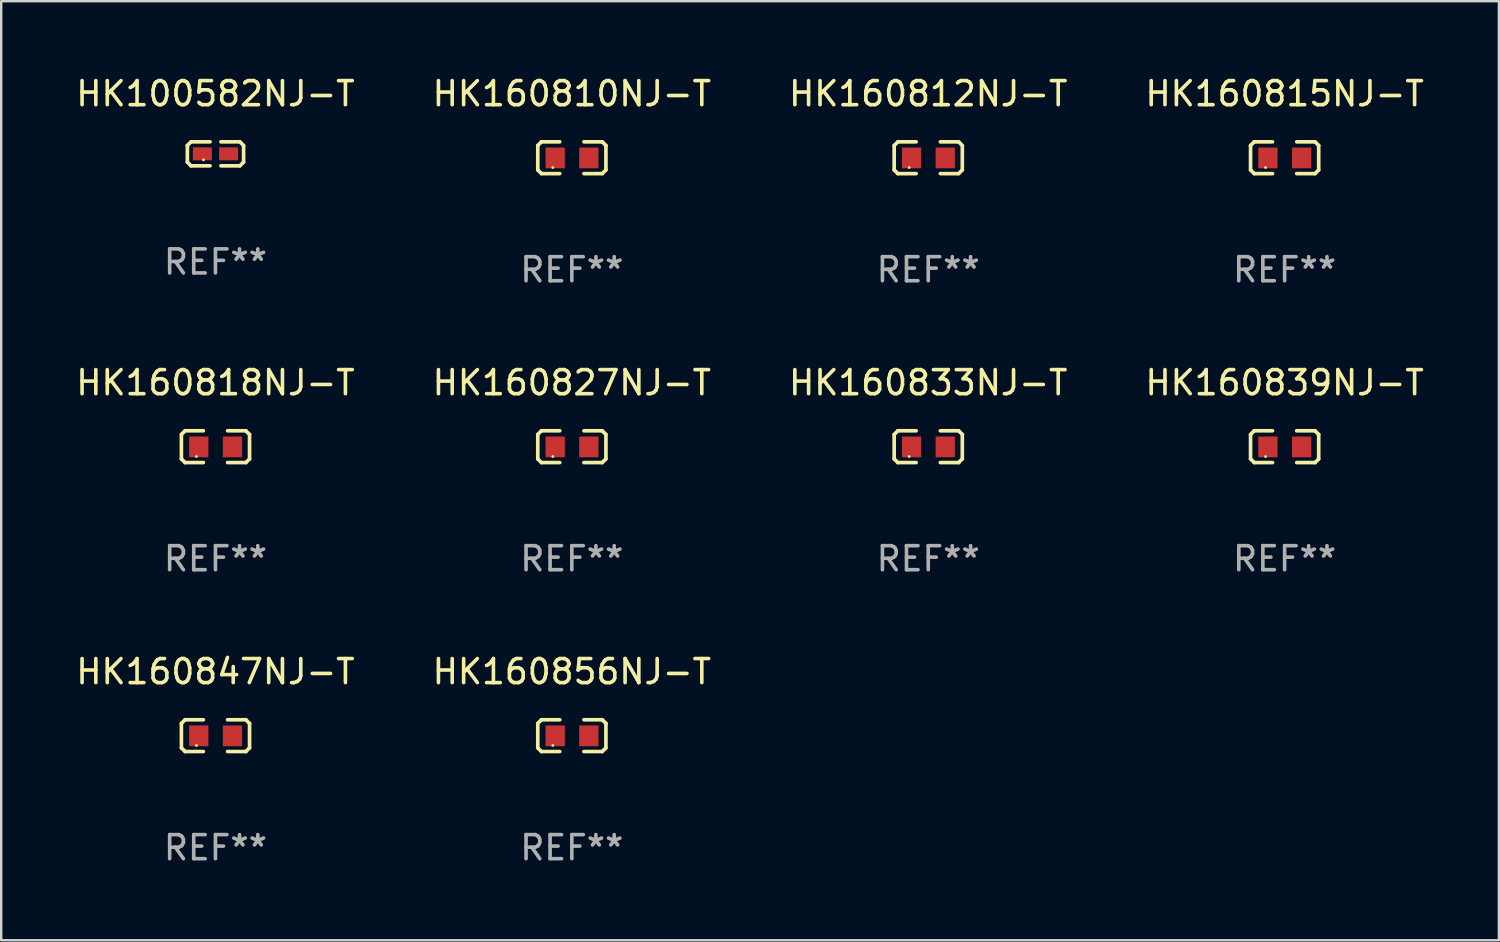
<source format=kicad_pcb>
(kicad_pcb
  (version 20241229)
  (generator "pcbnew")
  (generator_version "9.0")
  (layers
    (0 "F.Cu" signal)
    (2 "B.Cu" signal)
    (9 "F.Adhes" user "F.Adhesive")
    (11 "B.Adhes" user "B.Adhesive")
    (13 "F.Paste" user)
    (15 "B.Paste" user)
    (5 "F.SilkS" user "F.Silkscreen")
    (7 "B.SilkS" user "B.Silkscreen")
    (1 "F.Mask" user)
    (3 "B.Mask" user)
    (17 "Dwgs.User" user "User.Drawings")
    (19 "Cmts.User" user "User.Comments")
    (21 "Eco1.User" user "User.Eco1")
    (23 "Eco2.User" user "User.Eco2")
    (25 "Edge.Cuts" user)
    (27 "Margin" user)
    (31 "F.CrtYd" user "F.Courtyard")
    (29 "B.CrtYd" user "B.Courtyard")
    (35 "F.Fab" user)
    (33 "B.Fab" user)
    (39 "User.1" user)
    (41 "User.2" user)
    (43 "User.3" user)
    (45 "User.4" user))
  (footprint "HK160818NJ-T"
    (layer "F.Cu")
    (at 5.911 15.527)
    (property "Reference" "HK160818NJ-T" (at 0 -2.661 0) (layer "F.SilkS") (effects (font (size 1 1) (thickness 0.15))))
    (attr through_hole)
    (fp_line (start -1.417 -0.508) (end -1.265 -0.661) (stroke (width 0.152) (type solid)) (layer "F.SilkS"))
    (fp_line (start -1.417 0.508) (end -1.417 -0.508) (stroke (width 0.152) (type solid)) (layer "F.SilkS"))
    (fp_line (start -1.265 -0.661) (end -0.503 -0.661) (stroke (width 0.152) (type solid)) (layer "F.SilkS"))
    (fp_line (start -1.265 0.661) (end -1.417 0.508) (stroke (width 0.152) (type solid)) (layer "F.SilkS"))
    (fp_line (start -1.265 0.661) (end -0.503 0.661) (stroke (width 0.152) (type solid)) (layer "F.SilkS"))
    (fp_line (start 1.265 -0.661) (end 0.503 -0.661) (stroke (width 0.152) (type solid)) (layer "F.SilkS"))
    (fp_line (start 1.265 -0.661) (end 1.417 -0.508) (stroke (width 0.152) (type solid)) (layer "F.SilkS"))
    (fp_line (start 1.265 0.661) (end 0.503 0.661) (stroke (width 0.152) (type solid)) (layer "F.SilkS"))
    (fp_line (start 1.417 -0.508) (end 1.417 0.508) (stroke (width 0.152) (type solid)) (layer "F.SilkS"))
    (fp_line (start 1.417 0.508) (end 1.265 0.661) (stroke (width 0.152) (type solid)) (layer "F.SilkS"))
    (fp_circle (center -0.793 0.409) (end -0.763 0.409) (stroke (width 0.06) (type solid)) (fill no) (layer "F.SilkS"))
    (fp_text user "REF**" (at 0 4.661 0) (layer "F.Fab") (effects (font (size 1 1) (thickness 0.15))))
    (pad "1" smd rect (at -0.693 0.009 180) (size 0.8 0.864) (layers "F.Cu" "F.Mask" "F.Paste"))
    (pad "2" smd rect (at 0.707 0.009 180) (size 0.8 0.864) (layers "F.Cu" "F.Mask" "F.Paste")))
  (footprint "HK160827NJ-T"
    (layer "F.Cu")
    (at 20.732 15.527)
    (property "Reference" "HK160827NJ-T" (at 0 -2.661 0) (layer "F.SilkS") (effects (font (size 1 1) (thickness 0.15))))
    (attr through_hole)
    (fp_line (start -1.417 -0.508) (end -1.265 -0.661) (stroke (width 0.152) (type solid)) (layer "F.SilkS"))
    (fp_line (start -1.417 0.508) (end -1.417 -0.508) (stroke (width 0.152) (type solid)) (layer "F.SilkS"))
    (fp_line (start -1.265 -0.661) (end -0.503 -0.661) (stroke (width 0.152) (type solid)) (layer "F.SilkS"))
    (fp_line (start -1.265 0.661) (end -1.417 0.508) (stroke (width 0.152) (type solid)) (layer "F.SilkS"))
    (fp_line (start -1.265 0.661) (end -0.503 0.661) (stroke (width 0.152) (type solid)) (layer "F.SilkS"))
    (fp_line (start 1.265 -0.661) (end 0.503 -0.661) (stroke (width 0.152) (type solid)) (layer "F.SilkS"))
    (fp_line (start 1.265 -0.661) (end 1.417 -0.508) (stroke (width 0.152) (type solid)) (layer "F.SilkS"))
    (fp_line (start 1.265 0.661) (end 0.503 0.661) (stroke (width 0.152) (type solid)) (layer "F.SilkS"))
    (fp_line (start 1.417 -0.508) (end 1.417 0.508) (stroke (width 0.152) (type solid)) (layer "F.SilkS"))
    (fp_line (start 1.417 0.508) (end 1.265 0.661) (stroke (width 0.152) (type solid)) (layer "F.SilkS"))
    (fp_circle (center -0.793 0.409) (end -0.763 0.409) (stroke (width 0.06) (type solid)) (fill no) (layer "F.SilkS"))
    (fp_text user "REF**" (at 0 4.661 0) (layer "F.Fab") (effects (font (size 1 1) (thickness 0.15))))
    (pad "1" smd rect (at -0.693 0.009 180) (size 0.8 0.864) (layers "F.Cu" "F.Mask" "F.Paste"))
    (pad "2" smd rect (at 0.707 0.009 180) (size 0.8 0.864) (layers "F.Cu" "F.Mask" "F.Paste")))
  (footprint "HK160839NJ-T"
    (layer "F.Cu")
    (at 50.375 15.527)
    (property "Reference" "HK160839NJ-T" (at 0 -2.661 0) (layer "F.SilkS") (effects (font (size 1 1) (thickness 0.15))))
    (attr through_hole)
    (fp_line (start -1.417 -0.508) (end -1.265 -0.661) (stroke (width 0.152) (type solid)) (layer "F.SilkS"))
    (fp_line (start -1.417 0.508) (end -1.417 -0.508) (stroke (width 0.152) (type solid)) (layer "F.SilkS"))
    (fp_line (start -1.265 -0.661) (end -0.503 -0.661) (stroke (width 0.152) (type solid)) (layer "F.SilkS"))
    (fp_line (start -1.265 0.661) (end -1.417 0.508) (stroke (width 0.152) (type solid)) (layer "F.SilkS"))
    (fp_line (start -1.265 0.661) (end -0.503 0.661) (stroke (width 0.152) (type solid)) (layer "F.SilkS"))
    (fp_line (start 1.265 -0.661) (end 0.503 -0.661) (stroke (width 0.152) (type solid)) (layer "F.SilkS"))
    (fp_line (start 1.265 -0.661) (end 1.417 -0.508) (stroke (width 0.152) (type solid)) (layer "F.SilkS"))
    (fp_line (start 1.265 0.661) (end 0.503 0.661) (stroke (width 0.152) (type solid)) (layer "F.SilkS"))
    (fp_line (start 1.417 -0.508) (end 1.417 0.508) (stroke (width 0.152) (type solid)) (layer "F.SilkS"))
    (fp_line (start 1.417 0.508) (end 1.265 0.661) (stroke (width 0.152) (type solid)) (layer "F.SilkS"))
    (fp_circle (center -0.793 0.409) (end -0.763 0.409) (stroke (width 0.06) (type solid)) (fill no) (layer "F.SilkS"))
    (fp_text user "REF**" (at 0 4.661 0) (layer "F.Fab") (effects (font (size 1 1) (thickness 0.15))))
    (pad "1" smd rect (at -0.693 0.009 180) (size 0.8 0.864) (layers "F.Cu" "F.Mask" "F.Paste"))
    (pad "2" smd rect (at 0.707 0.009 180) (size 0.8 0.864) (layers "F.Cu" "F.Mask" "F.Paste")))
  (footprint "HK160833NJ-T"
    (layer "F.Cu")
    (at 35.554 15.527)
    (property "Reference" "HK160833NJ-T" (at 0 -2.661 0) (layer "F.SilkS") (effects (font (size 1 1) (thickness 0.15))))
    (attr through_hole)
    (fp_line (start -1.417 -0.508) (end -1.265 -0.661) (stroke (width 0.152) (type solid)) (layer "F.SilkS"))
    (fp_line (start -1.417 0.508) (end -1.417 -0.508) (stroke (width 0.152) (type solid)) (layer "F.SilkS"))
    (fp_line (start -1.265 -0.661) (end -0.503 -0.661) (stroke (width 0.152) (type solid)) (layer "F.SilkS"))
    (fp_line (start -1.265 0.661) (end -1.417 0.508) (stroke (width 0.152) (type solid)) (layer "F.SilkS"))
    (fp_line (start -1.265 0.661) (end -0.503 0.661) (stroke (width 0.152) (type solid)) (layer "F.SilkS"))
    (fp_line (start 1.265 -0.661) (end 0.503 -0.661) (stroke (width 0.152) (type solid)) (layer "F.SilkS"))
    (fp_line (start 1.265 -0.661) (end 1.417 -0.508) (stroke (width 0.152) (type solid)) (layer "F.SilkS"))
    (fp_line (start 1.265 0.661) (end 0.503 0.661) (stroke (width 0.152) (type solid)) (layer "F.SilkS"))
    (fp_line (start 1.417 -0.508) (end 1.417 0.508) (stroke (width 0.152) (type solid)) (layer "F.SilkS"))
    (fp_line (start 1.417 0.508) (end 1.265 0.661) (stroke (width 0.152) (type solid)) (layer "F.SilkS"))
    (fp_circle (center -0.793 0.409) (end -0.763 0.409) (stroke (width 0.06) (type solid)) (fill no) (layer "F.SilkS"))
    (fp_text user "REF**" (at 0 4.661 0) (layer "F.Fab") (effects (font (size 1 1) (thickness 0.15))))
    (pad "1" smd rect (at -0.693 0.009 180) (size 0.8 0.864) (layers "F.Cu" "F.Mask" "F.Paste"))
    (pad "2" smd rect (at 0.707 0.009 180) (size 0.8 0.864) (layers "F.Cu" "F.Mask" "F.Paste")))
  (footprint "HK160812NJ-T"
    (layer "F.Cu")
    (at 35.554 3.509)
    (property "Reference" "HK160812NJ-T" (at 0 -2.661 0) (layer "F.SilkS") (effects (font (size 1 1) (thickness 0.15))))
    (attr through_hole)
    (fp_line (start -1.417 -0.508) (end -1.265 -0.661) (stroke (width 0.152) (type solid)) (layer "F.SilkS"))
    (fp_line (start -1.417 0.508) (end -1.417 -0.508) (stroke (width 0.152) (type solid)) (layer "F.SilkS"))
    (fp_line (start -1.265 -0.661) (end -0.503 -0.661) (stroke (width 0.152) (type solid)) (layer "F.SilkS"))
    (fp_line (start -1.265 0.661) (end -1.417 0.508) (stroke (width 0.152) (type solid)) (layer "F.SilkS"))
    (fp_line (start -1.265 0.661) (end -0.503 0.661) (stroke (width 0.152) (type solid)) (layer "F.SilkS"))
    (fp_line (start 1.265 -0.661) (end 0.503 -0.661) (stroke (width 0.152) (type solid)) (layer "F.SilkS"))
    (fp_line (start 1.265 -0.661) (end 1.417 -0.508) (stroke (width 0.152) (type solid)) (layer "F.SilkS"))
    (fp_line (start 1.265 0.661) (end 0.503 0.661) (stroke (width 0.152) (type solid)) (layer "F.SilkS"))
    (fp_line (start 1.417 -0.508) (end 1.417 0.508) (stroke (width 0.152) (type solid)) (layer "F.SilkS"))
    (fp_line (start 1.417 0.508) (end 1.265 0.661) (stroke (width 0.152) (type solid)) (layer "F.SilkS"))
    (fp_circle (center -0.793 0.409) (end -0.763 0.409) (stroke (width 0.06) (type solid)) (fill no) (layer "F.SilkS"))
    (fp_text user "REF**" (at 0 4.661 0) (layer "F.Fab") (effects (font (size 1 1) (thickness 0.15))))
    (pad "1" smd rect (at -0.693 0.009 180) (size 0.8 0.864) (layers "F.Cu" "F.Mask" "F.Paste"))
    (pad "2" smd rect (at 0.707 0.009 180) (size 0.8 0.864) (layers "F.Cu" "F.Mask" "F.Paste")))
  (footprint "HK160847NJ-T"
    (layer "F.Cu")
    (at 5.911 27.544)
    (property "Reference" "HK160847NJ-T" (at 0 -2.661 0) (layer "F.SilkS") (effects (font (size 1 1) (thickness 0.15))))
    (attr through_hole)
    (fp_line (start -1.417 -0.508) (end -1.265 -0.661) (stroke (width 0.152) (type solid)) (layer "F.SilkS"))
    (fp_line (start -1.417 0.508) (end -1.417 -0.508) (stroke (width 0.152) (type solid)) (layer "F.SilkS"))
    (fp_line (start -1.265 -0.661) (end -0.503 -0.661) (stroke (width 0.152) (type solid)) (layer "F.SilkS"))
    (fp_line (start -1.265 0.661) (end -1.417 0.508) (stroke (width 0.152) (type solid)) (layer "F.SilkS"))
    (fp_line (start -1.265 0.661) (end -0.503 0.661) (stroke (width 0.152) (type solid)) (layer "F.SilkS"))
    (fp_line (start 1.265 -0.661) (end 0.503 -0.661) (stroke (width 0.152) (type solid)) (layer "F.SilkS"))
    (fp_line (start 1.265 -0.661) (end 1.417 -0.508) (stroke (width 0.152) (type solid)) (layer "F.SilkS"))
    (fp_line (start 1.265 0.661) (end 0.503 0.661) (stroke (width 0.152) (type solid)) (layer "F.SilkS"))
    (fp_line (start 1.417 -0.508) (end 1.417 0.508) (stroke (width 0.152) (type solid)) (layer "F.SilkS"))
    (fp_line (start 1.417 0.508) (end 1.265 0.661) (stroke (width 0.152) (type solid)) (layer "F.SilkS"))
    (fp_circle (center -0.793 0.409) (end -0.763 0.409) (stroke (width 0.06) (type solid)) (fill no) (layer "F.SilkS"))
    (fp_text user "REF**" (at 0 4.661 0) (layer "F.Fab") (effects (font (size 1 1) (thickness 0.15))))
    (pad "1" smd rect (at -0.693 0.009 180) (size 0.8 0.864) (layers "F.Cu" "F.Mask" "F.Paste"))
    (pad "2" smd rect (at 0.707 0.009 180) (size 0.8 0.864) (layers "F.Cu" "F.Mask" "F.Paste")))
  (footprint "HK100582NJ-T"
    (layer "F.Cu")
    (at 5.911 3.347)
    (property "Reference" "HK100582NJ-T" (at 0 -2.499 0) (layer "F.SilkS") (effects (font (size 1 1) (thickness 0.15))))
    (attr through_hole)
    (fp_line (start -1.169 -0.346) (end -1.016 -0.499) (stroke (width 0.152) (type solid)) (layer "F.SilkS"))
    (fp_line (start -1.169 0.346) (end -1.169 -0.346) (stroke (width 0.152) (type solid)) (layer "F.SilkS"))
    (fp_line (start -1.016 -0.499) (end -0.226 -0.499) (stroke (width 0.152) (type solid)) (layer "F.SilkS"))
    (fp_line (start -1.016 0.499) (end -1.169 0.346) (stroke (width 0.152) (type solid)) (layer "F.SilkS"))
    (fp_line (start -0.226 0.499) (end -1.016 0.499) (stroke (width 0.152) (type solid)) (layer "F.SilkS"))
    (fp_line (start 0.226 0.499) (end 1.016 0.499) (stroke (width 0.152) (type solid)) (layer "F.SilkS"))
    (fp_line (start 1.016 -0.499) (end 0.226 -0.499) (stroke (width 0.152) (type solid)) (layer "F.SilkS"))
    (fp_line (start 1.016 0.499) (end 1.169 0.346) (stroke (width 0.152) (type solid)) (layer "F.SilkS"))
    (fp_line (start 1.169 -0.346) (end 1.016 -0.499) (stroke (width 0.152) (type solid)) (layer "F.SilkS"))
    (fp_line (start 1.169 0.346) (end 1.169 -0.346) (stroke (width 0.152) (type solid)) (layer "F.SilkS"))
    (fp_circle (center -0.5 0.25) (end -0.47 0.25) (stroke (width 0.06) (type solid)) (fill no) (layer "F.SilkS"))
    (fp_text user "REF**" (at 0 4.499 0) (layer "F.Fab") (effects (font (size 1 1) (thickness 0.15))))
    (pad "1" smd rect (at -0.545 0) (size 0.79 0.54) (layers "F.Cu" "F.Mask" "F.Paste"))
    (pad "2" smd rect (at 0.545 0) (size 0.79 0.54) (layers "F.Cu" "F.Mask" "F.Paste")))
  (footprint "HK160815NJ-T"
    (layer "F.Cu")
    (at 50.375 3.509)
    (property "Reference" "HK160815NJ-T" (at 0 -2.661 0) (layer "F.SilkS") (effects (font (size 1 1) (thickness 0.15))))
    (attr through_hole)
    (fp_line (start -1.417 -0.508) (end -1.265 -0.661) (stroke (width 0.152) (type solid)) (layer "F.SilkS"))
    (fp_line (start -1.417 0.508) (end -1.417 -0.508) (stroke (width 0.152) (type solid)) (layer "F.SilkS"))
    (fp_line (start -1.265 -0.661) (end -0.503 -0.661) (stroke (width 0.152) (type solid)) (layer "F.SilkS"))
    (fp_line (start -1.265 0.661) (end -1.417 0.508) (stroke (width 0.152) (type solid)) (layer "F.SilkS"))
    (fp_line (start -1.265 0.661) (end -0.503 0.661) (stroke (width 0.152) (type solid)) (layer "F.SilkS"))
    (fp_line (start 1.265 -0.661) (end 0.503 -0.661) (stroke (width 0.152) (type solid)) (layer "F.SilkS"))
    (fp_line (start 1.265 -0.661) (end 1.417 -0.508) (stroke (width 0.152) (type solid)) (layer "F.SilkS"))
    (fp_line (start 1.265 0.661) (end 0.503 0.661) (stroke (width 0.152) (type solid)) (layer "F.SilkS"))
    (fp_line (start 1.417 -0.508) (end 1.417 0.508) (stroke (width 0.152) (type solid)) (layer "F.SilkS"))
    (fp_line (start 1.417 0.508) (end 1.265 0.661) (stroke (width 0.152) (type solid)) (layer "F.SilkS"))
    (fp_circle (center -0.793 0.409) (end -0.763 0.409) (stroke (width 0.06) (type solid)) (fill no) (layer "F.SilkS"))
    (fp_text user "REF**" (at 0 4.661 0) (layer "F.Fab") (effects (font (size 1 1) (thickness 0.15))))
    (pad "1" smd rect (at -0.693 0.009 180) (size 0.8 0.864) (layers "F.Cu" "F.Mask" "F.Paste"))
    (pad "2" smd rect (at 0.707 0.009 180) (size 0.8 0.864) (layers "F.Cu" "F.Mask" "F.Paste")))
  (footprint "HK160856NJ-T"
    (layer "F.Cu")
    (at 20.732 27.544)
    (property "Reference" "HK160856NJ-T" (at 0 -2.661 0) (layer "F.SilkS") (effects (font (size 1 1) (thickness 0.15))))
    (attr through_hole)
    (fp_line (start -1.417 -0.508) (end -1.265 -0.661) (stroke (width 0.152) (type solid)) (layer "F.SilkS"))
    (fp_line (start -1.417 0.508) (end -1.417 -0.508) (stroke (width 0.152) (type solid)) (layer "F.SilkS"))
    (fp_line (start -1.265 -0.661) (end -0.503 -0.661) (stroke (width 0.152) (type solid)) (layer "F.SilkS"))
    (fp_line (start -1.265 0.661) (end -1.417 0.508) (stroke (width 0.152) (type solid)) (layer "F.SilkS"))
    (fp_line (start -1.265 0.661) (end -0.503 0.661) (stroke (width 0.152) (type solid)) (layer "F.SilkS"))
    (fp_line (start 1.265 -0.661) (end 0.503 -0.661) (stroke (width 0.152) (type solid)) (layer "F.SilkS"))
    (fp_line (start 1.265 -0.661) (end 1.417 -0.508) (stroke (width 0.152) (type solid)) (layer "F.SilkS"))
    (fp_line (start 1.265 0.661) (end 0.503 0.661) (stroke (width 0.152) (type solid)) (layer "F.SilkS"))
    (fp_line (start 1.417 -0.508) (end 1.417 0.508) (stroke (width 0.152) (type solid)) (layer "F.SilkS"))
    (fp_line (start 1.417 0.508) (end 1.265 0.661) (stroke (width 0.152) (type solid)) (layer "F.SilkS"))
    (fp_circle (center -0.793 0.409) (end -0.763 0.409) (stroke (width 0.06) (type solid)) (fill no) (layer "F.SilkS"))
    (fp_text user "REF**" (at 0 4.661 0) (layer "F.Fab") (effects (font (size 1 1) (thickness 0.15))))
    (pad "1" smd rect (at -0.693 0.009 180) (size 0.8 0.864) (layers "F.Cu" "F.Mask" "F.Paste"))
    (pad "2" smd rect (at 0.707 0.009 180) (size 0.8 0.864) (layers "F.Cu" "F.Mask" "F.Paste")))
  (footprint "HK160810NJ-T"
    (layer "F.Cu")
    (at 20.732 3.509)
    (property "Reference" "HK160810NJ-T" (at 0 -2.661 0) (layer "F.SilkS") (effects (font (size 1 1) (thickness 0.15))))
    (attr through_hole)
    (fp_line (start -1.417 -0.508) (end -1.265 -0.661) (stroke (width 0.152) (type solid)) (layer "F.SilkS"))
    (fp_line (start -1.417 0.508) (end -1.417 -0.508) (stroke (width 0.152) (type solid)) (layer "F.SilkS"))
    (fp_line (start -1.265 -0.661) (end -0.503 -0.661) (stroke (width 0.152) (type solid)) (layer "F.SilkS"))
    (fp_line (start -1.265 0.661) (end -1.417 0.508) (stroke (width 0.152) (type solid)) (layer "F.SilkS"))
    (fp_line (start -1.265 0.661) (end -0.503 0.661) (stroke (width 0.152) (type solid)) (layer "F.SilkS"))
    (fp_line (start 1.265 -0.661) (end 0.503 -0.661) (stroke (width 0.152) (type solid)) (layer "F.SilkS"))
    (fp_line (start 1.265 -0.661) (end 1.417 -0.508) (stroke (width 0.152) (type solid)) (layer "F.SilkS"))
    (fp_line (start 1.265 0.661) (end 0.503 0.661) (stroke (width 0.152) (type solid)) (layer "F.SilkS"))
    (fp_line (start 1.417 -0.508) (end 1.417 0.508) (stroke (width 0.152) (type solid)) (layer "F.SilkS"))
    (fp_line (start 1.417 0.508) (end 1.265 0.661) (stroke (width 0.152) (type solid)) (layer "F.SilkS"))
    (fp_circle (center -0.793 0.409) (end -0.763 0.409) (stroke (width 0.06) (type solid)) (fill no) (layer "F.SilkS"))
    (fp_text user "REF**" (at 0 4.661 0) (layer "F.Fab") (effects (font (size 1 1) (thickness 0.15))))
    (pad "1" smd rect (at -0.693 0.009 180) (size 0.8 0.864) (layers "F.Cu" "F.Mask" "F.Paste"))
    (pad "2" smd rect (at 0.707 0.009 180) (size 0.8 0.864) (layers "F.Cu" "F.Mask" "F.Paste")))
  (gr_rect
    (start -3 -3)
    (end 59.286 36.053)
    (stroke (width 0.1) (type default))
    (fill no)
    (layer "Edge.Cuts")))
</source>
